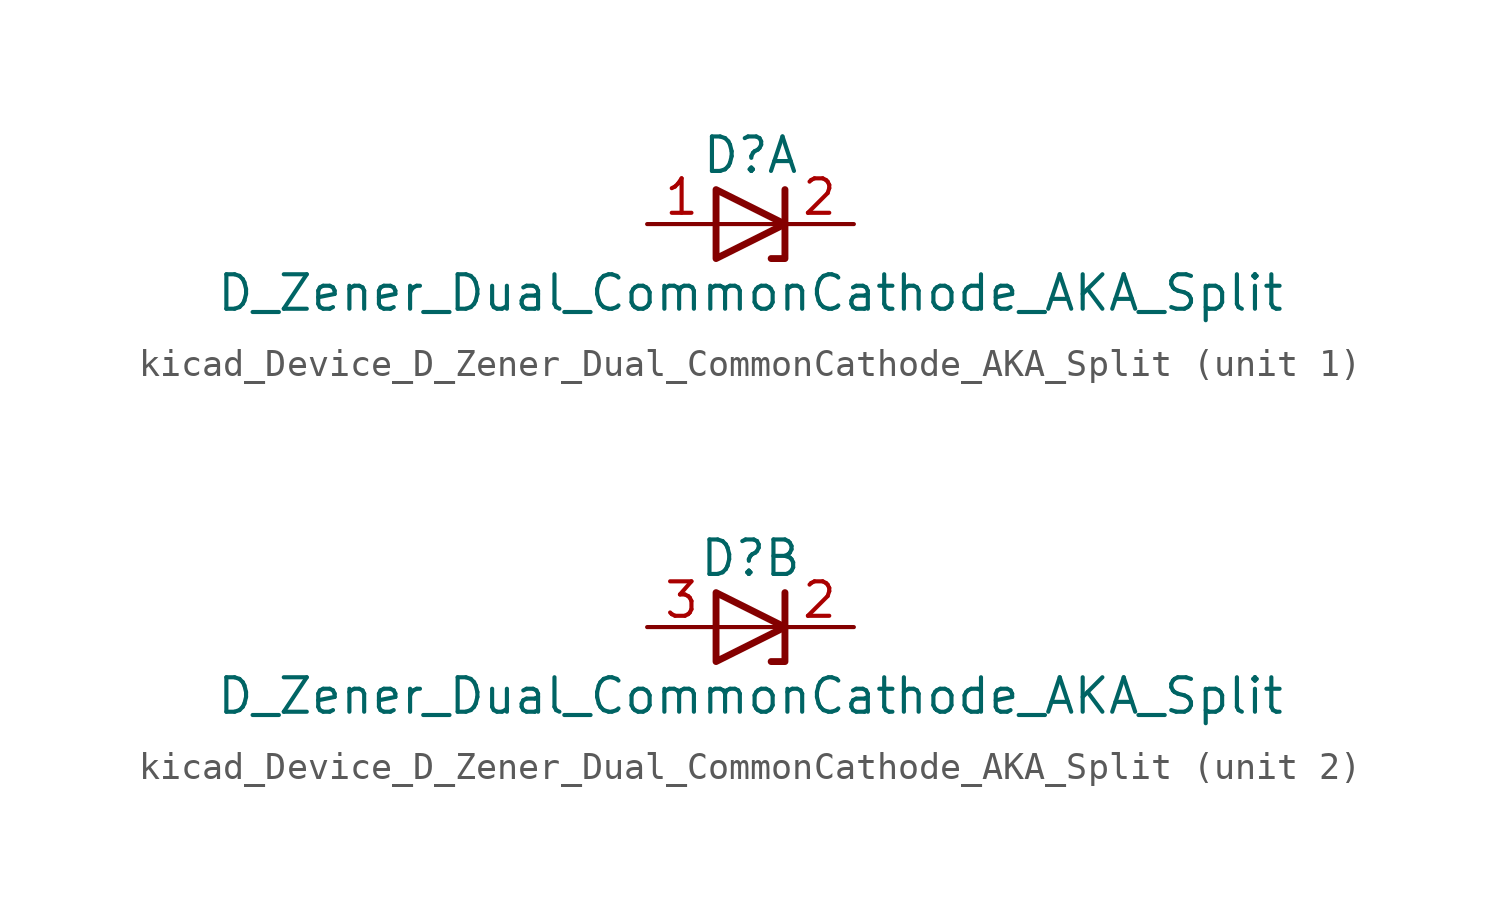
<source format=kicad_sym>
(kicad_symbol_lib
  (version 20220914)
  (generator kicad_symbol_editor)
  (symbol "kicad_Device_D_Zener_Dual_CommonCathode_AKA_Split"
    (pin_names
      (offset 0.762) hide)
    (property "Reference" "D"
      (at 0 2.54 0)
      (effects (font (size 1.27 1.27))))
    (property "Value" "D_Zener_Dual_CommonCathode_AKA_Split"
      (at 0 -2.54 0)
      (effects (font (size 1.27 1.27))))
    (property "ki_locked" ""
      (at 0 0 0)
      (effects (font (size 1.27 1.27))))
    (symbol "kicad_Device_D_Zener_Dual_CommonCathode_AKA_Split_0_0"
      (polyline (pts (xy 1.27 1.27) (xy 1.27 -1.27) (xy 0.762 -1.27)) (stroke (width 0.254) (type default)) (fill (type none))))
    (symbol "kicad_Device_D_Zener_Dual_CommonCathode_AKA_Split_0_1"
      (polyline (pts (xy 1.27 0) (xy -1.27 0)) (stroke (width 0) (type default)) (fill (type none)))
      (polyline (pts (xy -1.27 1.27) (xy 1.27 0) (xy -1.27 -1.27) (xy -1.27 1.27) (xy -1.27 1.27) (xy -1.27 1.27)) (stroke (width 0.254) (type default)) (fill (type none)))
      (pin passive line (at 3.81 0 180) (length 2.54) (name "K" (effects (font (size 1.27 1.27)))) (number "2" (effects (font (size 1.27 1.27))))))
    (symbol "kicad_Device_D_Zener_Dual_CommonCathode_AKA_Split_1_1"
      (pin passive line (at -3.81 0 0) (length 2.54) (name "A" (effects (font (size 1.27 1.27)))) (number "1" (effects (font (size 1.27 1.27))))))
    (symbol "kicad_Device_D_Zener_Dual_CommonCathode_AKA_Split_2_1"
      (pin passive line (at -3.81 0 0) (length 2.54) (name "K" (effects (font (size 1.27 1.27)))) (number "3" (effects (font (size 1.27 1.27))))))))
</source>
